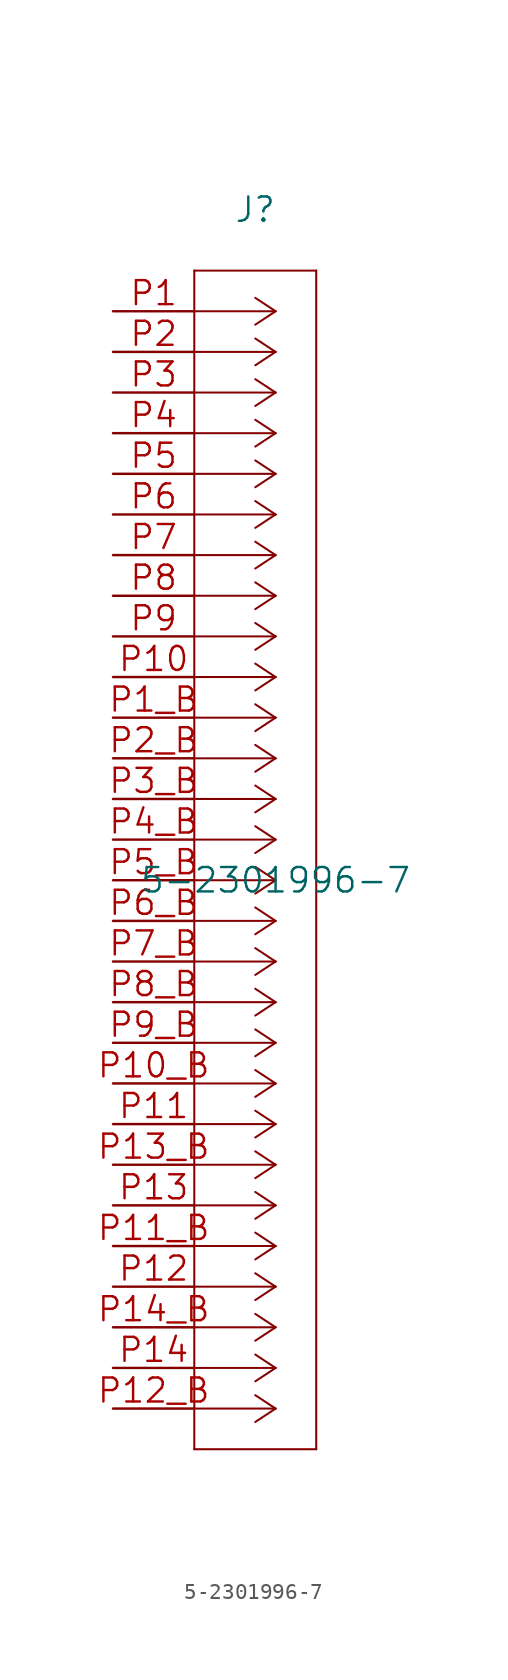
<source format=kicad_sym>
(kicad_symbol_lib
  (version 20201005)
  (generator kicad_symbol_editor)
  (symbol "5-2301996-7"
    (pin_names
      (offset 0.254) hide)
    (property "Reference" "J"
      (at 8.89 6.35 0)
      (effects (font (size 1.524 1.524))))
    (property "Value" "5-2301996-7"
      (at 10.16 -35.56 0)
      (effects (font (size 1.524 1.524))))
    (property "Datasheet" ""
      (at 0 0 0)
      (effects (font (size 1.524 1.524))))
    (property "ki_locked" ""
      (at 0 0 0)
      (effects (font (size 1.27 1.27))))
    (symbol "5-2301996-7_1_1"
      (polyline (pts (xy 5.08 -71.12) (xy 12.7 -71.12)) (stroke (width 0.127)) (fill (type none)))
      (polyline (pts (xy 5.08 2.54) (xy 5.08 -71.12)) (stroke (width 0.127)) (fill (type none)))
      (polyline (pts (xy 10.16 -68.58) (xy 5.08 -68.58)) (stroke (width 0.127)) (fill (type none)))
      (polyline (pts (xy 10.16 -68.58) (xy 8.89 -69.418)) (stroke (width 0.127)) (fill (type none)))
      (polyline (pts (xy 10.16 -68.58) (xy 8.89 -67.742)) (stroke (width 0.127)) (fill (type none)))
      (polyline (pts (xy 10.16 -66.04) (xy 5.08 -66.04)) (stroke (width 0.127)) (fill (type none)))
      (polyline (pts (xy 10.16 -66.04) (xy 8.89 -66.878)) (stroke (width 0.127)) (fill (type none)))
      (polyline (pts (xy 10.16 -66.04) (xy 8.89 -65.202)) (stroke (width 0.127)) (fill (type none)))
      (polyline (pts (xy 10.16 -63.5) (xy 5.08 -63.5)) (stroke (width 0.127)) (fill (type none)))
      (polyline (pts (xy 10.16 -63.5) (xy 8.89 -64.338)) (stroke (width 0.127)) (fill (type none)))
      (polyline (pts (xy 10.16 -63.5) (xy 8.89 -62.662)) (stroke (width 0.127)) (fill (type none)))
      (polyline (pts (xy 10.16 -60.96) (xy 5.08 -60.96)) (stroke (width 0.127)) (fill (type none)))
      (polyline (pts (xy 10.16 -60.96) (xy 8.89 -61.798)) (stroke (width 0.127)) (fill (type none)))
      (polyline (pts (xy 10.16 -60.96) (xy 8.89 -60.122)) (stroke (width 0.127)) (fill (type none)))
      (polyline (pts (xy 10.16 -58.42) (xy 5.08 -58.42)) (stroke (width 0.127)) (fill (type none)))
      (polyline (pts (xy 10.16 -58.42) (xy 8.89 -59.258)) (stroke (width 0.127)) (fill (type none)))
      (polyline (pts (xy 10.16 -58.42) (xy 8.89 -57.582)) (stroke (width 0.127)) (fill (type none)))
      (polyline (pts (xy 10.16 -55.88) (xy 5.08 -55.88)) (stroke (width 0.127)) (fill (type none)))
      (polyline (pts (xy 10.16 -55.88) (xy 8.89 -56.718)) (stroke (width 0.127)) (fill (type none)))
      (polyline (pts (xy 10.16 -55.88) (xy 8.89 -55.042)) (stroke (width 0.127)) (fill (type none)))
      (polyline (pts (xy 10.16 -53.34) (xy 5.08 -53.34)) (stroke (width 0.127)) (fill (type none)))
      (polyline (pts (xy 10.16 -53.34) (xy 8.89 -54.178)) (stroke (width 0.127)) (fill (type none)))
      (polyline (pts (xy 10.16 -53.34) (xy 8.89 -52.502)) (stroke (width 0.127)) (fill (type none)))
      (polyline (pts (xy 10.16 -50.8) (xy 5.08 -50.8)) (stroke (width 0.127)) (fill (type none)))
      (polyline (pts (xy 10.16 -50.8) (xy 8.89 -51.638)) (stroke (width 0.127)) (fill (type none)))
      (polyline (pts (xy 10.16 -50.8) (xy 8.89 -49.962)) (stroke (width 0.127)) (fill (type none)))
      (polyline (pts (xy 10.16 -48.26) (xy 5.08 -48.26)) (stroke (width 0.127)) (fill (type none)))
      (polyline (pts (xy 10.16 -48.26) (xy 8.89 -49.098)) (stroke (width 0.127)) (fill (type none)))
      (polyline (pts (xy 10.16 -48.26) (xy 8.89 -47.422)) (stroke (width 0.127)) (fill (type none)))
      (polyline (pts (xy 10.16 -45.72) (xy 5.08 -45.72)) (stroke (width 0.127)) (fill (type none)))
      (polyline (pts (xy 10.16 -45.72) (xy 8.89 -46.558)) (stroke (width 0.127)) (fill (type none)))
      (polyline (pts (xy 10.16 -45.72) (xy 8.89 -44.882)) (stroke (width 0.127)) (fill (type none)))
      (polyline (pts (xy 10.16 -43.18) (xy 5.08 -43.18)) (stroke (width 0.127)) (fill (type none)))
      (polyline (pts (xy 10.16 -43.18) (xy 8.89 -44.018)) (stroke (width 0.127)) (fill (type none)))
      (polyline (pts (xy 10.16 -43.18) (xy 8.89 -42.342)) (stroke (width 0.127)) (fill (type none)))
      (polyline (pts (xy 10.16 -40.64) (xy 5.08 -40.64)) (stroke (width 0.127)) (fill (type none)))
      (polyline (pts (xy 10.16 -40.64) (xy 8.89 -41.478)) (stroke (width 0.127)) (fill (type none)))
      (polyline (pts (xy 10.16 -40.64) (xy 8.89 -39.802)) (stroke (width 0.127)) (fill (type none)))
      (polyline (pts (xy 10.16 -38.1) (xy 5.08 -38.1)) (stroke (width 0.127)) (fill (type none)))
      (polyline (pts (xy 10.16 -38.1) (xy 8.89 -38.938)) (stroke (width 0.127)) (fill (type none)))
      (polyline (pts (xy 10.16 -38.1) (xy 8.89 -37.262)) (stroke (width 0.127)) (fill (type none)))
      (polyline (pts (xy 10.16 -35.56) (xy 5.08 -35.56)) (stroke (width 0.127)) (fill (type none)))
      (polyline (pts (xy 10.16 -35.56) (xy 8.89 -36.398)) (stroke (width 0.127)) (fill (type none)))
      (polyline (pts (xy 10.16 -35.56) (xy 8.89 -34.722)) (stroke (width 0.127)) (fill (type none)))
      (polyline (pts (xy 10.16 -33.02) (xy 5.08 -33.02)) (stroke (width 0.127)) (fill (type none)))
      (polyline (pts (xy 10.16 -33.02) (xy 8.89 -33.858)) (stroke (width 0.127)) (fill (type none)))
      (polyline (pts (xy 10.16 -33.02) (xy 8.89 -32.182)) (stroke (width 0.127)) (fill (type none)))
      (polyline (pts (xy 10.16 -30.48) (xy 5.08 -30.48)) (stroke (width 0.127)) (fill (type none)))
      (polyline (pts (xy 10.16 -30.48) (xy 8.89 -31.318)) (stroke (width 0.127)) (fill (type none)))
      (polyline (pts (xy 10.16 -30.48) (xy 8.89 -29.642)) (stroke (width 0.127)) (fill (type none)))
      (polyline (pts (xy 10.16 -27.94) (xy 5.08 -27.94)) (stroke (width 0.127)) (fill (type none)))
      (polyline (pts (xy 10.16 -27.94) (xy 8.89 -28.778)) (stroke (width 0.127)) (fill (type none)))
      (polyline (pts (xy 10.16 -27.94) (xy 8.89 -27.102)) (stroke (width 0.127)) (fill (type none)))
      (polyline (pts (xy 10.16 -25.4) (xy 5.08 -25.4)) (stroke (width 0.127)) (fill (type none)))
      (polyline (pts (xy 10.16 -25.4) (xy 8.89 -26.238)) (stroke (width 0.127)) (fill (type none)))
      (polyline (pts (xy 10.16 -25.4) (xy 8.89 -24.562)) (stroke (width 0.127)) (fill (type none)))
      (polyline (pts (xy 10.16 -22.86) (xy 5.08 -22.86)) (stroke (width 0.127)) (fill (type none)))
      (polyline (pts (xy 10.16 -22.86) (xy 8.89 -23.698)) (stroke (width 0.127)) (fill (type none)))
      (polyline (pts (xy 10.16 -22.86) (xy 8.89 -22.022)) (stroke (width 0.127)) (fill (type none)))
      (polyline (pts (xy 10.16 -20.32) (xy 5.08 -20.32)) (stroke (width 0.127)) (fill (type none)))
      (polyline (pts (xy 10.16 -20.32) (xy 8.89 -21.158)) (stroke (width 0.127)) (fill (type none)))
      (polyline (pts (xy 10.16 -20.32) (xy 8.89 -19.482)) (stroke (width 0.127)) (fill (type none)))
      (polyline (pts (xy 10.16 -17.78) (xy 5.08 -17.78)) (stroke (width 0.127)) (fill (type none)))
      (polyline (pts (xy 10.16 -17.78) (xy 8.89 -18.618)) (stroke (width 0.127)) (fill (type none)))
      (polyline (pts (xy 10.16 -17.78) (xy 8.89 -16.942)) (stroke (width 0.127)) (fill (type none)))
      (polyline (pts (xy 10.16 -15.24) (xy 5.08 -15.24)) (stroke (width 0.127)) (fill (type none)))
      (polyline (pts (xy 10.16 -15.24) (xy 8.89 -16.078)) (stroke (width 0.127)) (fill (type none)))
      (polyline (pts (xy 10.16 -15.24) (xy 8.89 -14.402)) (stroke (width 0.127)) (fill (type none)))
      (polyline (pts (xy 10.16 -12.7) (xy 5.08 -12.7)) (stroke (width 0.127)) (fill (type none)))
      (polyline (pts (xy 10.16 -12.7) (xy 8.89 -13.538)) (stroke (width 0.127)) (fill (type none)))
      (polyline (pts (xy 10.16 -12.7) (xy 8.89 -11.862)) (stroke (width 0.127)) (fill (type none)))
      (polyline (pts (xy 10.16 -10.16) (xy 5.08 -10.16)) (stroke (width 0.127)) (fill (type none)))
      (polyline (pts (xy 10.16 -10.16) (xy 8.89 -10.998)) (stroke (width 0.127)) (fill (type none)))
      (polyline (pts (xy 10.16 -10.16) (xy 8.89 -9.322)) (stroke (width 0.127)) (fill (type none)))
      (polyline (pts (xy 10.16 -7.62) (xy 5.08 -7.62)) (stroke (width 0.127)) (fill (type none)))
      (polyline (pts (xy 10.16 -7.62) (xy 8.89 -8.458)) (stroke (width 0.127)) (fill (type none)))
      (polyline (pts (xy 10.16 -7.62) (xy 8.89 -6.782)) (stroke (width 0.127)) (fill (type none)))
      (polyline (pts (xy 10.16 -5.08) (xy 5.08 -5.08)) (stroke (width 0.127)) (fill (type none)))
      (polyline (pts (xy 10.16 -5.08) (xy 8.89 -5.918)) (stroke (width 0.127)) (fill (type none)))
      (polyline (pts (xy 10.16 -5.08) (xy 8.89 -4.242)) (stroke (width 0.127)) (fill (type none)))
      (polyline (pts (xy 10.16 -2.54) (xy 5.08 -2.54)) (stroke (width 0.127)) (fill (type none)))
      (polyline (pts (xy 10.16 -2.54) (xy 8.89 -3.378)) (stroke (width 0.127)) (fill (type none)))
      (polyline (pts (xy 10.16 -2.54) (xy 8.89 -1.702)) (stroke (width 0.127)) (fill (type none)))
      (polyline (pts (xy 10.16 0) (xy 5.08 0)) (stroke (width 0.127)) (fill (type none)))
      (polyline (pts (xy 10.16 0) (xy 8.89 -0.838)) (stroke (width 0.127)) (fill (type none)))
      (polyline (pts (xy 10.16 0) (xy 8.89 0.838)) (stroke (width 0.127)) (fill (type none)))
      (polyline (pts (xy 12.7 -71.12) (xy 12.7 2.54)) (stroke (width 0.127)) (fill (type none)))
      (polyline (pts (xy 12.7 2.54) (xy 5.08 2.54)) (stroke (width 0.127)) (fill (type none)))
      (pin unspecified line (at 0 0 0) (length 5.08) (name "P1" (effects (font (size 1.499 1.499)))) (number "P1" (effects (font (size 1.499 1.499)))))
      (pin unspecified line (at 0 -22.86 0) (length 5.08) (name "P10" (effects (font (size 1.499 1.499)))) (number "P10" (effects (font (size 1.499 1.499)))))
      (pin unspecified line (at 0 -48.26 0) (length 5.08) (name "P10_B" (effects (font (size 1.499 1.499)))) (number "P10_B" (effects (font (size 1.499 1.499)))))
      (pin unspecified line (at 0 -50.8 0) (length 5.08) (name "P11" (effects (font (size 1.499 1.499)))) (number "P11" (effects (font (size 1.499 1.499)))))
      (pin unspecified line (at 0 -58.42 0) (length 5.08) (name "P11_B" (effects (font (size 1.499 1.499)))) (number "P11_B" (effects (font (size 1.499 1.499)))))
      (pin unspecified line (at 0 -60.96 0) (length 5.08) (name "P12" (effects (font (size 1.499 1.499)))) (number "P12" (effects (font (size 1.499 1.499)))))
      (pin unspecified line (at 0 -68.58 0) (length 5.08) (name "P12_B" (effects (font (size 1.499 1.499)))) (number "P12_B" (effects (font (size 1.499 1.499)))))
      (pin unspecified line (at 0 -55.88 0) (length 5.08) (name "P13" (effects (font (size 1.499 1.499)))) (number "P13" (effects (font (size 1.499 1.499)))))
      (pin unspecified line (at 0 -53.34 0) (length 5.08) (name "P13_B" (effects (font (size 1.499 1.499)))) (number "P13_B" (effects (font (size 1.499 1.499)))))
      (pin unspecified line (at 0 -66.04 0) (length 5.08) (name "P14" (effects (font (size 1.499 1.499)))) (number "P14" (effects (font (size 1.499 1.499)))))
      (pin unspecified line (at 0 -63.5 0) (length 5.08) (name "P14_B" (effects (font (size 1.499 1.499)))) (number "P14_B" (effects (font (size 1.499 1.499)))))
      (pin unspecified line (at 0 -25.4 0) (length 5.08) (name "P1_B" (effects (font (size 1.499 1.499)))) (number "P1_B" (effects (font (size 1.499 1.499)))))
      (pin unspecified line (at 0 -2.54 0) (length 5.08) (name "P2" (effects (font (size 1.499 1.499)))) (number "P2" (effects (font (size 1.499 1.499)))))
      (pin unspecified line (at 0 -27.94 0) (length 5.08) (name "P2_B" (effects (font (size 1.499 1.499)))) (number "P2_B" (effects (font (size 1.499 1.499)))))
      (pin unspecified line (at 0 -5.08 0) (length 5.08) (name "P3" (effects (font (size 1.499 1.499)))) (number "P3" (effects (font (size 1.499 1.499)))))
      (pin unspecified line (at 0 -30.48 0) (length 5.08) (name "P3_B" (effects (font (size 1.499 1.499)))) (number "P3_B" (effects (font (size 1.499 1.499)))))
      (pin unspecified line (at 0 -7.62 0) (length 5.08) (name "P4" (effects (font (size 1.499 1.499)))) (number "P4" (effects (font (size 1.499 1.499)))))
      (pin unspecified line (at 0 -33.02 0) (length 5.08) (name "P4_B" (effects (font (size 1.499 1.499)))) (number "P4_B" (effects (font (size 1.499 1.499)))))
      (pin unspecified line (at 0 -10.16 0) (length 5.08) (name "P5" (effects (font (size 1.499 1.499)))) (number "P5" (effects (font (size 1.499 1.499)))))
      (pin unspecified line (at 0 -35.56 0) (length 5.08) (name "P5_B" (effects (font (size 1.499 1.499)))) (number "P5_B" (effects (font (size 1.499 1.499)))))
      (pin unspecified line (at 0 -12.7 0) (length 5.08) (name "P6" (effects (font (size 1.499 1.499)))) (number "P6" (effects (font (size 1.499 1.499)))))
      (pin unspecified line (at 0 -38.1 0) (length 5.08) (name "P6_B" (effects (font (size 1.499 1.499)))) (number "P6_B" (effects (font (size 1.499 1.499)))))
      (pin unspecified line (at 0 -15.24 0) (length 5.08) (name "P7" (effects (font (size 1.499 1.499)))) (number "P7" (effects (font (size 1.499 1.499)))))
      (pin unspecified line (at 0 -40.64 0) (length 5.08) (name "P7_B" (effects (font (size 1.499 1.499)))) (number "P7_B" (effects (font (size 1.499 1.499)))))
      (pin unspecified line (at 0 -17.78 0) (length 5.08) (name "P8" (effects (font (size 1.499 1.499)))) (number "P8" (effects (font (size 1.499 1.499)))))
      (pin unspecified line (at 0 -43.18 0) (length 5.08) (name "P8_B" (effects (font (size 1.499 1.499)))) (number "P8_B" (effects (font (size 1.499 1.499)))))
      (pin unspecified line (at 0 -20.32 0) (length 5.08) (name "P9" (effects (font (size 1.499 1.499)))) (number "P9" (effects (font (size 1.499 1.499)))))
      (pin unspecified line (at 0 -45.72 0) (length 5.08) (name "P9_B" (effects (font (size 1.499 1.499)))) (number "P9_B" (effects (font (size 1.499 1.499))))))))
</source>
